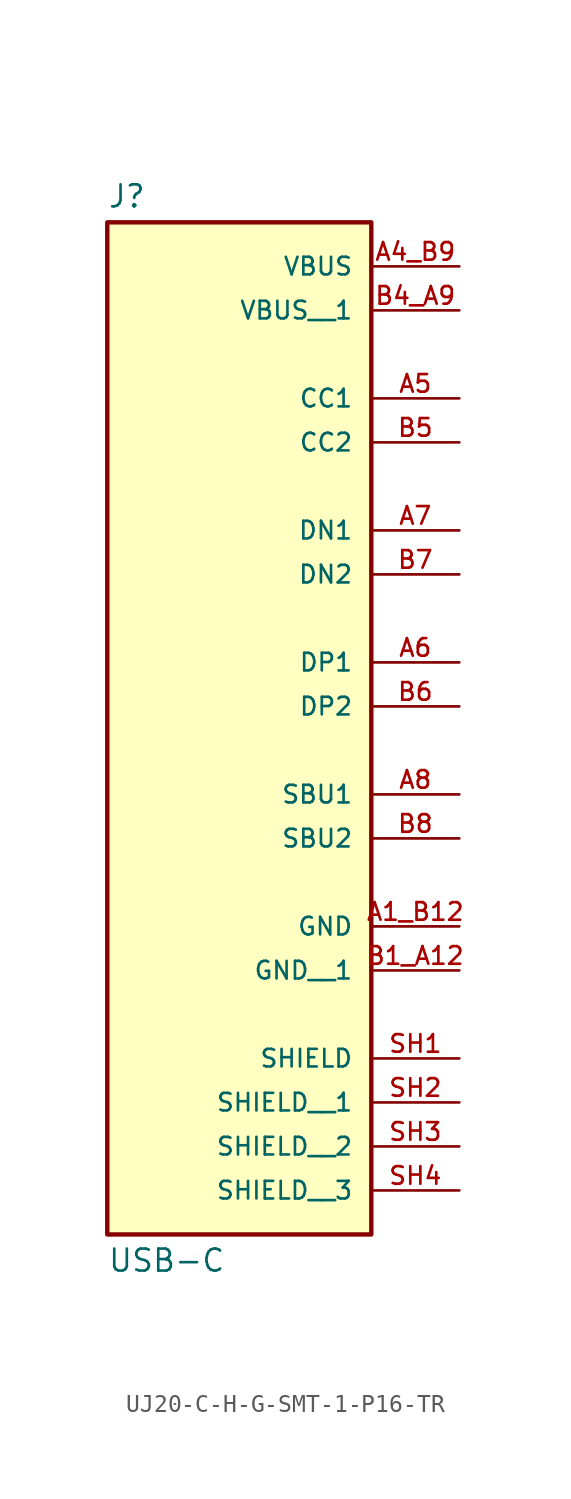
<source format=kicad_sym>
(kicad_symbol_lib
  (version 20231120)
  (generator "kicad_symbol_editor")
  (generator_version "8.0")
  (symbol "UJ20-C-H-G-SMT-1-P16-TR"
    (pin_names
      (offset 1.016))
    (property "Reference" "J"
      (at -7.62 23.622 0)
      (effects (font (size 1.27 1.27)) (justify left bottom)))
    (property "Value" "USB-C"
      (at -7.62 -36.322 0)
      (effects (font (size 1.27 1.27)) (justify left top)))
    (symbol "UJ20-C-H-G-SMT-1-P16-TR_0_0"
      (rectangle (start -7.62 -35.56) (end 7.62 22.86) (stroke (width 0.254) (type default)) (fill (type background)))
      (pin passive line (at 12.7 -17.78 180) (length 5.08) (name "GND" (effects (font (size 1.016 1.016)))) (number "A1_B12" (effects (font (size 1.016 1.016)))))
      (pin passive line (at 12.7 20.32 180) (length 5.08) (name "VBUS" (effects (font (size 1.016 1.016)))) (number "A4_B9" (effects (font (size 1.016 1.016)))))
      (pin passive line (at 12.7 12.7 180) (length 5.08) (name "CC1" (effects (font (size 1.016 1.016)))) (number "A5" (effects (font (size 1.016 1.016)))))
      (pin passive line (at 12.7 -2.54 180) (length 5.08) (name "DP1" (effects (font (size 1.016 1.016)))) (number "A6" (effects (font (size 1.016 1.016)))))
      (pin passive line (at 12.7 5.08 180) (length 5.08) (name "DN1" (effects (font (size 1.016 1.016)))) (number "A7" (effects (font (size 1.016 1.016)))))
      (pin passive line (at 12.7 -10.16 180) (length 5.08) (name "SBU1" (effects (font (size 1.016 1.016)))) (number "A8" (effects (font (size 1.016 1.016)))))
      (pin passive line (at 12.7 -20.32 180) (length 5.08) (name "GND__1" (effects (font (size 1.016 1.016)))) (number "B1_A12" (effects (font (size 1.016 1.016)))))
      (pin passive line (at 12.7 17.78 180) (length 5.08) (name "VBUS__1" (effects (font (size 1.016 1.016)))) (number "B4_A9" (effects (font (size 1.016 1.016)))))
      (pin passive line (at 12.7 10.16 180) (length 5.08) (name "CC2" (effects (font (size 1.016 1.016)))) (number "B5" (effects (font (size 1.016 1.016)))))
      (pin passive line (at 12.7 -5.08 180) (length 5.08) (name "DP2" (effects (font (size 1.016 1.016)))) (number "B6" (effects (font (size 1.016 1.016)))))
      (pin passive line (at 12.7 2.54 180) (length 5.08) (name "DN2" (effects (font (size 1.016 1.016)))) (number "B7" (effects (font (size 1.016 1.016)))))
      (pin passive line (at 12.7 -12.7 180) (length 5.08) (name "SBU2" (effects (font (size 1.016 1.016)))) (number "B8" (effects (font (size 1.016 1.016)))))
      (pin passive line (at 12.7 -25.4 180) (length 5.08) (name "SHIELD" (effects (font (size 1.016 1.016)))) (number "SH1" (effects (font (size 1.016 1.016)))))
      (pin passive line (at 12.7 -27.94 180) (length 5.08) (name "SHIELD__1" (effects (font (size 1.016 1.016)))) (number "SH2" (effects (font (size 1.016 1.016)))))
      (pin passive line (at 12.7 -30.48 180) (length 5.08) (name "SHIELD__2" (effects (font (size 1.016 1.016)))) (number "SH3" (effects (font (size 1.016 1.016)))))
      (pin passive line (at 12.7 -33.02 180) (length 5.08) (name "SHIELD__3" (effects (font (size 1.016 1.016)))) (number "SH4" (effects (font (size 1.016 1.016))))))))
</source>
